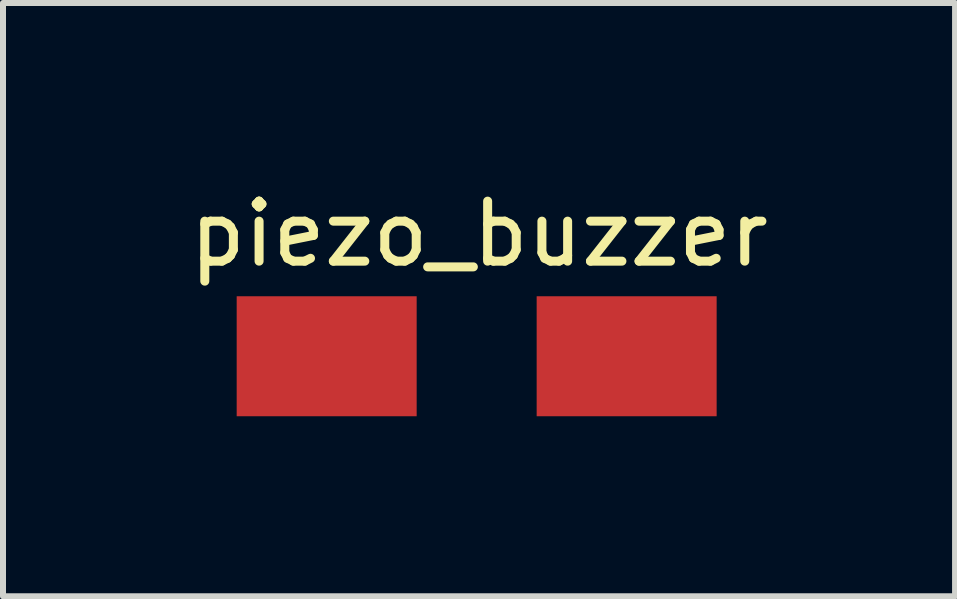
<source format=kicad_pcb>
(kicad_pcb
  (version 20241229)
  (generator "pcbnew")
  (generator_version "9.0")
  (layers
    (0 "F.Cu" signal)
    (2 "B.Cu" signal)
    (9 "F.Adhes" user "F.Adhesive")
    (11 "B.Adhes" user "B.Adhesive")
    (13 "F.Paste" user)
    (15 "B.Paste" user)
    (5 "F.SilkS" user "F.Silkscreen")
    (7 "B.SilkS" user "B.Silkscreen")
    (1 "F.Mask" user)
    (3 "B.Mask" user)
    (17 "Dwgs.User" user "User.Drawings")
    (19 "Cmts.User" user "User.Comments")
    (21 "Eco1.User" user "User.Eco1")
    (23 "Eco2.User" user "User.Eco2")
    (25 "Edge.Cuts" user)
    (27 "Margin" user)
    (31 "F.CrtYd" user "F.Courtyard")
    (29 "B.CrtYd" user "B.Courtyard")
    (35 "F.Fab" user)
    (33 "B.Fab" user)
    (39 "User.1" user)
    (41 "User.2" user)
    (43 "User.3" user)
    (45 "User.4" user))
  (footprint "piezo_buzzer"
    (layer "F.Cu")
    (at 4.935 0.348)
    (property "Reference" "piezo_buzzer" (at 0 0.5 0) (layer "F.SilkS") (effects (font (size 1 1) (thickness 0.15))))
    (attr through_hole)
    (pad "1" smd rect (at -2.54 2.54) (size 3 2) (layers "F.Cu" "F.Mask" "F.Paste"))
    (pad "2" smd rect (at 2.46 2.54) (size 3 2) (layers "F.Cu" "F.Mask" "F.Paste")))
  (gr_rect
    (start -3 -3)
    (end 12.869 6.888)
    (stroke (width 0.1) (type default))
    (fill no)
    (layer "Edge.Cuts")))
</source>
